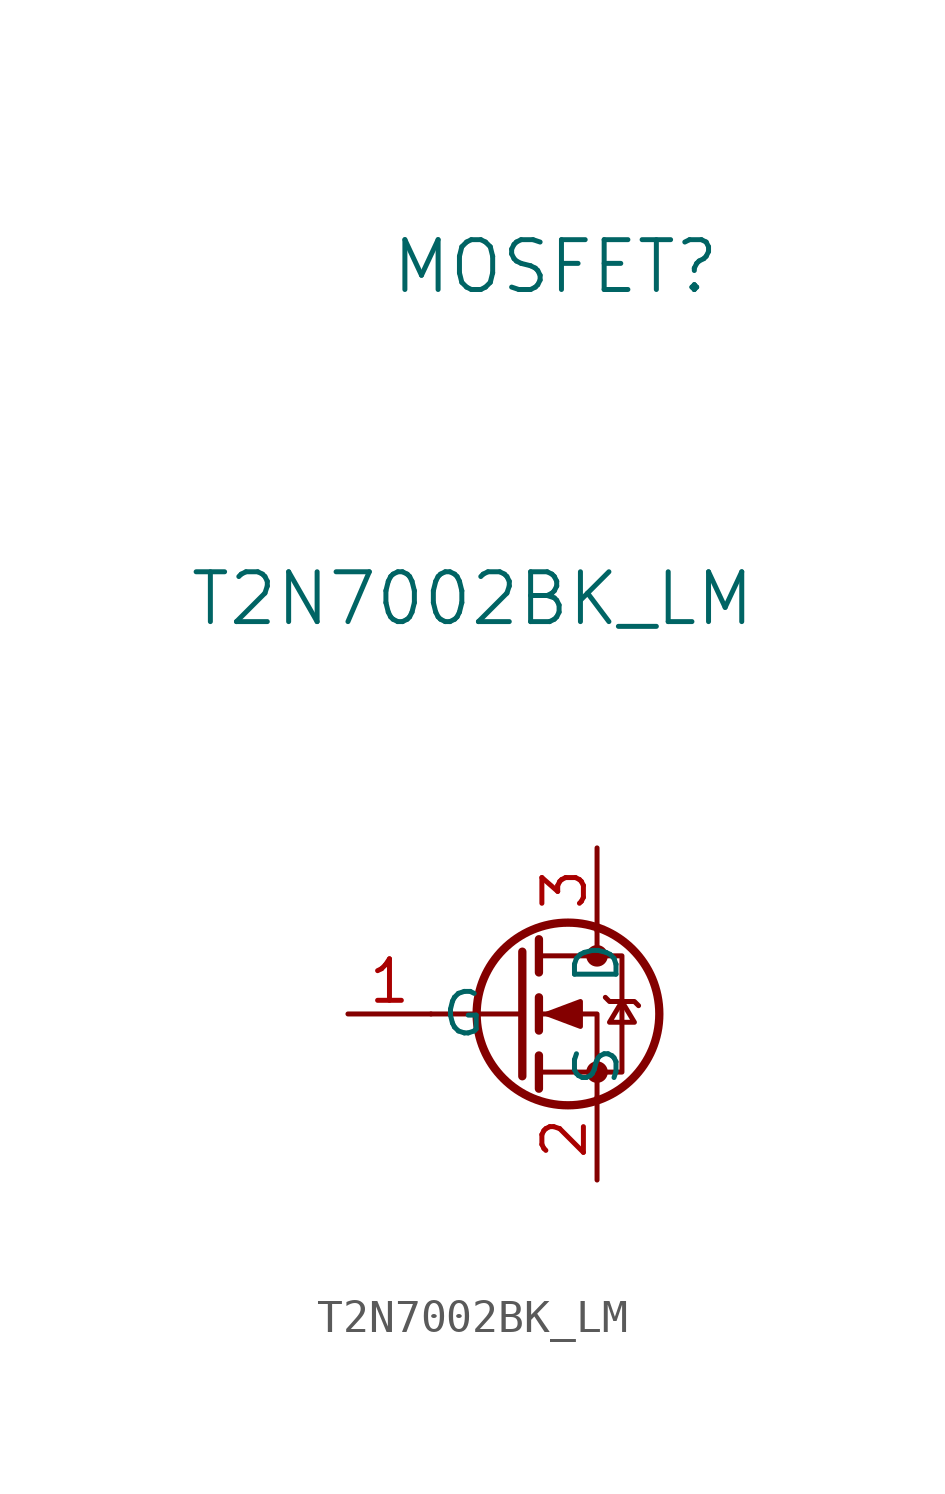
<source format=kicad_sym>
(kicad_symbol_lib
  (version 20231120)
  (generator "kicad_symbol_editor")
  (generator_version "8.0")
  (symbol "T2N7002BK_LM"
    (pin_names
      (offset 0.254))
    (property "Reference" "MOSFET"
      (at -1.27 22.86 0)
      (effects (font (size 1.524 1.524))))
    (property "Value" "T2N7002BK_LM"
      (at -3.81 12.7 0)
      (effects (font (size 1.524 1.524))))
    (symbol "T2N7002BK_LM_0_1"
      (circle (center -0.889 0) (radius 2.794) (stroke (width 0.254) (type default)) (fill (type none)))
      (circle (center 0 -1.778) (radius 0.254) (stroke (width 0) (type default)) (fill (type outline)))
      (polyline (pts (xy -2.286 0) (xy -5.08 0)) (stroke (width 0) (type default)) (fill (type none)))
      (polyline (pts (xy -2.286 1.905) (xy -2.286 -1.905)) (stroke (width 0.254) (type default)) (fill (type none)))
      (polyline (pts (xy -1.778 -1.27) (xy -1.778 -2.286)) (stroke (width 0.254) (type default)) (fill (type none)))
      (polyline (pts (xy -1.778 0.508) (xy -1.778 -0.508)) (stroke (width 0.254) (type default)) (fill (type none)))
      (polyline (pts (xy -1.778 2.286) (xy -1.778 1.27)) (stroke (width 0.254) (type default)) (fill (type none)))
      (polyline (pts (xy 0 2.54) (xy 0 1.778)) (stroke (width 0) (type default)) (fill (type none)))
      (polyline (pts (xy 0 -2.54) (xy 0 0) (xy -1.778 0)) (stroke (width 0) (type default)) (fill (type none)))
      (polyline (pts (xy -1.778 -1.778) (xy 0.762 -1.778) (xy 0.762 1.778) (xy -1.778 1.778)) (stroke (width 0) (type default)) (fill (type none)))
      (polyline (pts (xy -1.524 0) (xy -0.508 0.381) (xy -0.508 -0.381) (xy -1.524 0)) (stroke (width 0) (type default)) (fill (type outline)))
      (polyline (pts (xy 0.254 0.508) (xy 0.381 0.381) (xy 1.143 0.381) (xy 1.27 0.254)) (stroke (width 0) (type default)) (fill (type none)))
      (polyline (pts (xy 0.762 0.381) (xy 0.381 -0.254) (xy 1.143 -0.254) (xy 0.762 0.381)) (stroke (width 0) (type default)) (fill (type none)))
      (circle (center 0 1.778) (radius 0.254) (stroke (width 0) (type default)) (fill (type outline))))
    (symbol "T2N7002BK_LM_1_1"
      (pin input line (at -7.62 0 0) (length 2.54) (name "G" (effects (font (size 1.27 1.27)))) (number "1" (effects (font (size 1.27 1.27)))))
      (pin passive line (at 0 -5.08 90) (length 2.54) (name "S" (effects (font (size 1.27 1.27)))) (number "2" (effects (font (size 1.27 1.27)))))
      (pin passive line (at 0 5.08 270) (length 2.54) (name "D" (effects (font (size 1.27 1.27)))) (number "3" (effects (font (size 1.27 1.27))))))))
</source>
